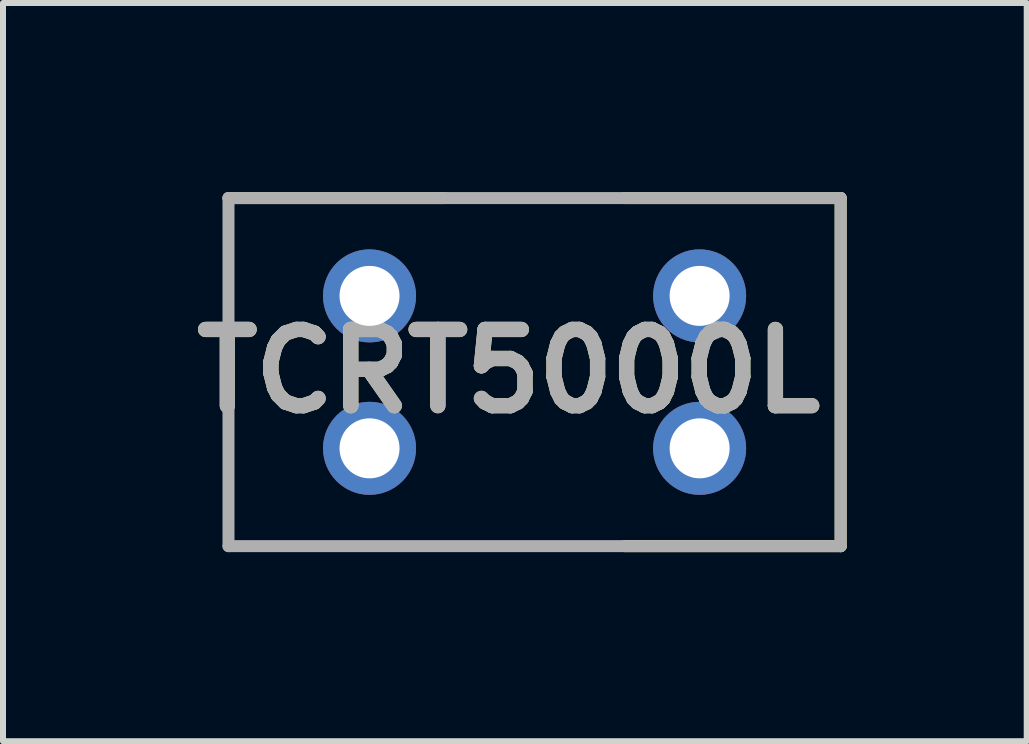
<source format=kicad_pcb>
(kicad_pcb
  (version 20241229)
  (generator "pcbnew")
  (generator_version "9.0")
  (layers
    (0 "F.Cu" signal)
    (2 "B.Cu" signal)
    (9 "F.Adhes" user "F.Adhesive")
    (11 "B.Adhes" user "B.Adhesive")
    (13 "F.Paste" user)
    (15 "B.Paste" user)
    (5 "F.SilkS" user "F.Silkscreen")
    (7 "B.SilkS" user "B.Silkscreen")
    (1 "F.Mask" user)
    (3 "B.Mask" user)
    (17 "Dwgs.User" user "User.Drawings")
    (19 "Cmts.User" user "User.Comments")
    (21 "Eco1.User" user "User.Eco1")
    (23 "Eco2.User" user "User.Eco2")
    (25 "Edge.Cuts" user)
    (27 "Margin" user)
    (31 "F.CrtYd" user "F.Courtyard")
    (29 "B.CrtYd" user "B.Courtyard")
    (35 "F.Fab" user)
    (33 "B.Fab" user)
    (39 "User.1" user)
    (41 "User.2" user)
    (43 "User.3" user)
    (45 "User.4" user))
  (footprint "TCRT5000L"
    (layer "F.Cu")
    (at 5.857 3.15)
    (property "Reference" "TCRT5000L" (at -0.432 -0.015 0) (layer "F.SilkS") (effects (font (size 1.27 1.27) (thickness 0.254))))
    (attr through_hole)
    (fp_line (start -5.1 -2.9) (end -1.5 -2.9) (stroke (width 0.2) (type solid)) (layer "F.SilkS"))
    (fp_line (start 5.1 -2.9) (end 1.5 -2.9) (stroke (width 0.2) (type solid)) (layer "F.SilkS"))
    (fp_line (start 5.1 2.9) (end 1.5 2.9) (stroke (width 0.2) (type solid)) (layer "F.SilkS"))
    (fp_line (start 5.1 2.9) (end 5.1 -2.9) (stroke (width 0.2) (type solid)) (layer "F.SilkS"))
    (fp_line (start -5.1 -2.9) (end 5.1 -2.9) (stroke (width 0.2) (type solid)) (layer "F.Fab"))
    (fp_line (start -5.1 2.9) (end -5.1 -2.9) (stroke (width 0.2) (type solid)) (layer "F.Fab"))
    (fp_line (start 5.1 -2.9) (end 5.1 2.9) (stroke (width 0.2) (type solid)) (layer "F.Fab"))
    (fp_line (start 5.1 2.9) (end -5.1 2.9) (stroke (width 0.2) (type solid)) (layer "F.Fab"))
    (fp_text user "${REFERENCE}" (at -0.432 -0.015 0) (layer "F.Fab") (effects (font (size 1.27 1.27) (thickness 0.254))))
    (pad "" np_thru_hole circle (at -4.65 2.45) (size 0.001 0.001) (drill 1) (layers "*.Cu" "*.Mask"))
    (pad "" np_thru_hole circle (at 0 -1.9) (size 0.001 0.001) (drill 2.5) (layers "*.Cu" "*.Mask"))
    (pad "" np_thru_hole circle (at 0 1.9) (size 0.001 0.001) (drill 2.5) (layers "*.Cu" "*.Mask"))
    (pad "1" thru_hole circle (at -2.75 -1.27) (size 1.55 1.55) (drill 1) (layers "*.Cu" "*.Mask"))
    (pad "2" thru_hole circle (at -2.75 1.27) (size 1.55 1.55) (drill 1) (layers "*.Cu" "*.Mask"))
    (pad "3" thru_hole circle (at 2.75 1.27) (size 1.55 1.55) (drill 1) (layers "*.Cu" "*.Mask"))
    (pad "4" thru_hole circle (at 2.75 -1.27) (size 1.55 1.55) (drill 1) (layers "*.Cu" "*.Mask")))
  (gr_rect
    (start -3 -3)
    (end 14.057 9.3)
    (stroke (width 0.1) (type default))
    (fill no)
    (layer "Edge.Cuts")))
</source>
